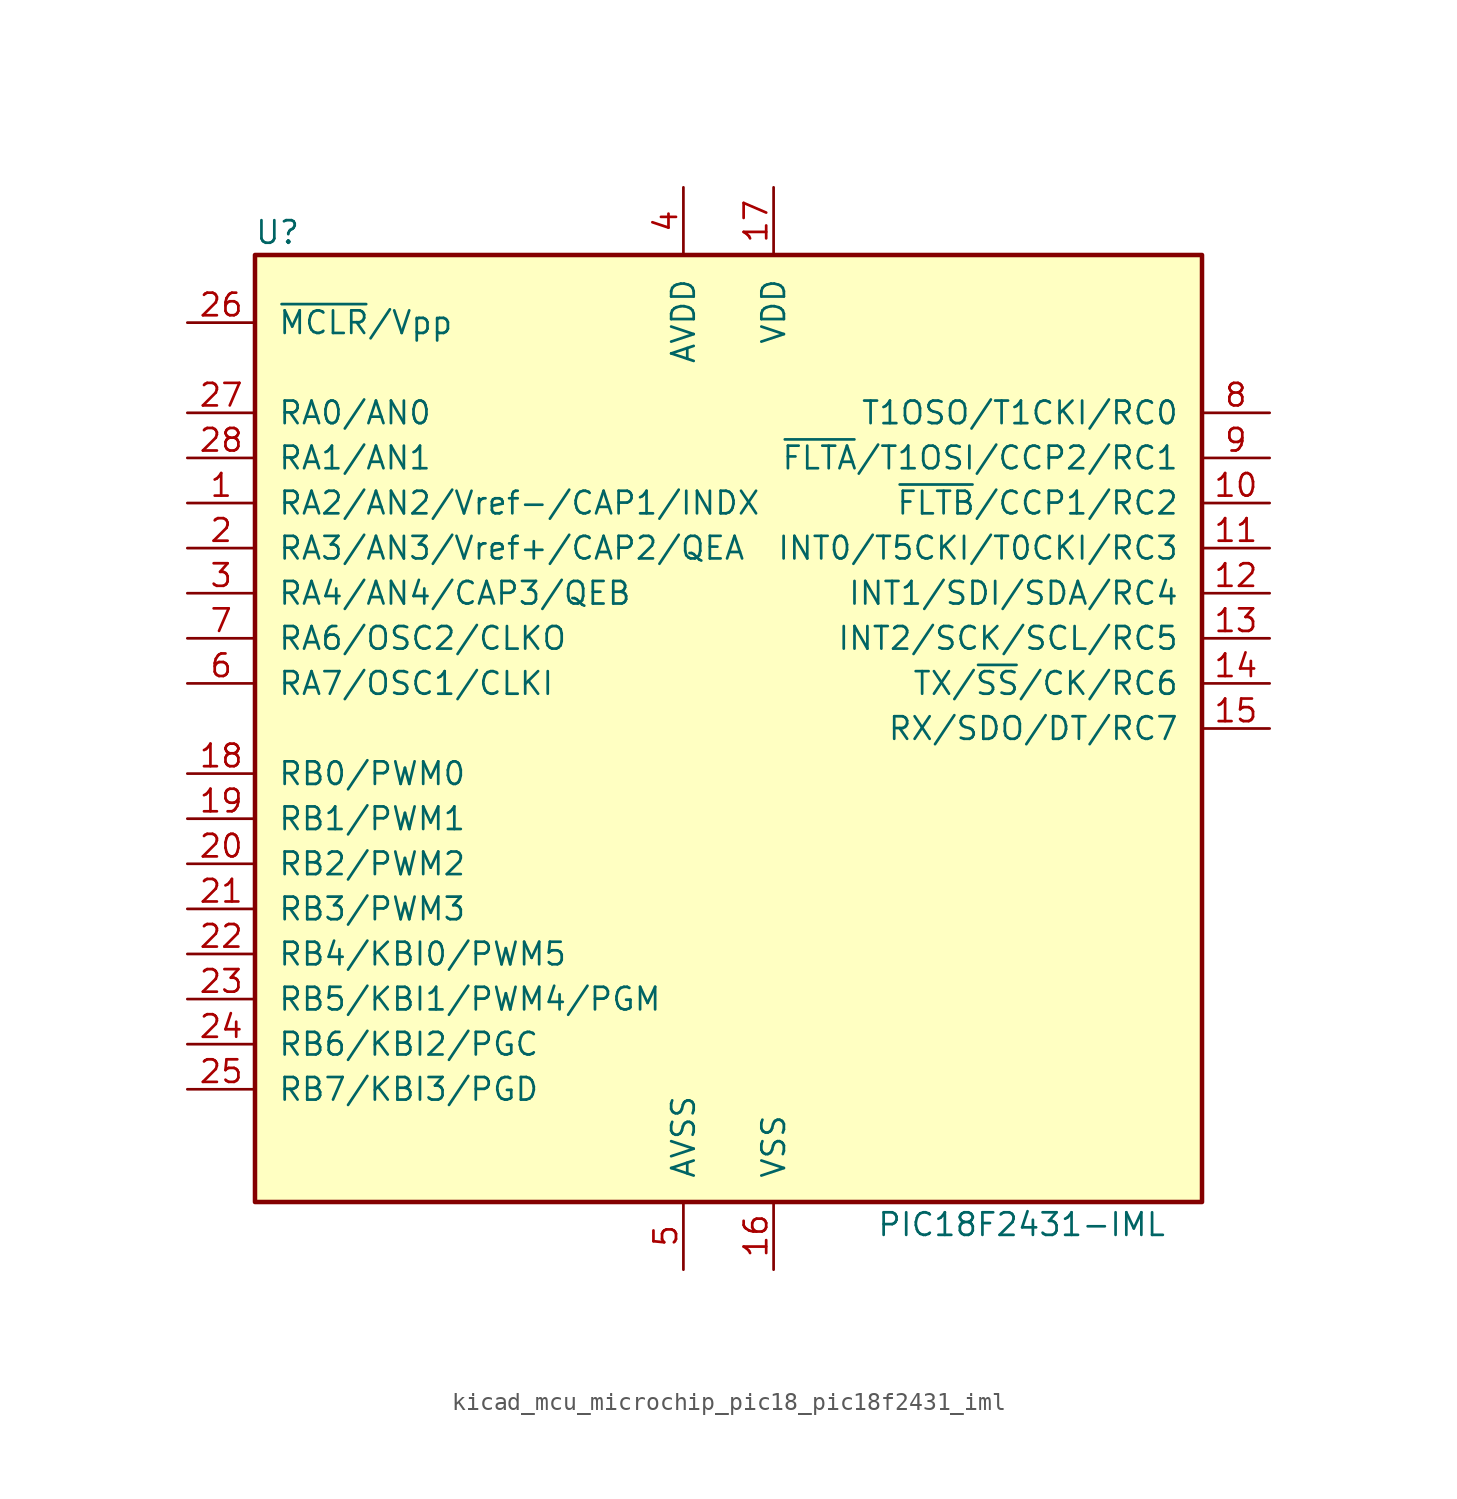
<source format=kicad_sym>
(kicad_symbol_lib
  (version 20220914)
  (generator kicad_symbol_editor)
  (symbol "kicad_mcu_microchip_pic18_pic18f2431_iml"
    (pin_names
      (offset 1.27))
    (property "Reference" "U"
      (at -25.4 27.94 0)
      (effects (font (size 1.27 1.27))))
    (property "Value" "PIC18F2431-IML"
      (at 16.51 -27.94 0)
      (effects (font (size 1.27 1.27))))
    (symbol "kicad_mcu_microchip_pic18_pic18f2431_iml_0_1"
      (rectangle (start -26.67 26.67) (end 26.67 -26.67) (stroke (width 0.254) (type default)) (fill (type background))))
    (symbol "kicad_mcu_microchip_pic18_pic18f2431_iml_1_1"
      (pin bidirectional line (at -30.48 12.7 0) (length 3.81) (name "RA2/AN2/Vref-/CAP1/INDX" (effects (font (size 1.27 1.27)))) (number "1" (effects (font (size 1.27 1.27)))))
      (pin bidirectional line (at 30.48 12.7 180) (length 3.81) (name "~{FLTB}/CCP1/RC2" (effects (font (size 1.27 1.27)))) (number "10" (effects (font (size 1.27 1.27)))))
      (pin bidirectional line (at 30.48 10.16 180) (length 3.81) (name "INT0/T5CKI/T0CKI/RC3" (effects (font (size 1.27 1.27)))) (number "11" (effects (font (size 1.27 1.27)))))
      (pin bidirectional line (at 30.48 7.62 180) (length 3.81) (name "INT1/SDI/SDA/RC4" (effects (font (size 1.27 1.27)))) (number "12" (effects (font (size 1.27 1.27)))))
      (pin bidirectional line (at 30.48 5.08 180) (length 3.81) (name "INT2/SCK/SCL/RC5" (effects (font (size 1.27 1.27)))) (number "13" (effects (font (size 1.27 1.27)))))
      (pin bidirectional line (at 30.48 2.54 180) (length 3.81) (name "TX/~{SS}/CK/RC6" (effects (font (size 1.27 1.27)))) (number "14" (effects (font (size 1.27 1.27)))))
      (pin bidirectional line (at 30.48 0 180) (length 3.81) (name "RX/SDO/DT/RC7" (effects (font (size 1.27 1.27)))) (number "15" (effects (font (size 1.27 1.27)))))
      (pin power_in line (at 2.54 -30.48 90) (length 3.81) (name "VSS" (effects (font (size 1.27 1.27)))) (number "16" (effects (font (size 1.27 1.27)))))
      (pin power_in line (at 2.54 30.48 270) (length 3.81) (name "VDD" (effects (font (size 1.27 1.27)))) (number "17" (effects (font (size 1.27 1.27)))))
      (pin bidirectional line (at -30.48 -2.54 0) (length 3.81) (name "RB0/PWM0" (effects (font (size 1.27 1.27)))) (number "18" (effects (font (size 1.27 1.27)))))
      (pin bidirectional line (at -30.48 -5.08 0) (length 3.81) (name "RB1/PWM1" (effects (font (size 1.27 1.27)))) (number "19" (effects (font (size 1.27 1.27)))))
      (pin bidirectional line (at -30.48 10.16 0) (length 3.81) (name "RA3/AN3/Vref+/CAP2/QEA" (effects (font (size 1.27 1.27)))) (number "2" (effects (font (size 1.27 1.27)))))
      (pin bidirectional line (at -30.48 -7.62 0) (length 3.81) (name "RB2/PWM2" (effects (font (size 1.27 1.27)))) (number "20" (effects (font (size 1.27 1.27)))))
      (pin bidirectional line (at -30.48 -10.16 0) (length 3.81) (name "RB3/PWM3" (effects (font (size 1.27 1.27)))) (number "21" (effects (font (size 1.27 1.27)))))
      (pin bidirectional line (at -30.48 -12.7 0) (length 3.81) (name "RB4/KBI0/PWM5" (effects (font (size 1.27 1.27)))) (number "22" (effects (font (size 1.27 1.27)))))
      (pin bidirectional line (at -30.48 -15.24 0) (length 3.81) (name "RB5/KBI1/PWM4/PGM" (effects (font (size 1.27 1.27)))) (number "23" (effects (font (size 1.27 1.27)))))
      (pin bidirectional line (at -30.48 -17.78 0) (length 3.81) (name "RB6/KBI2/PGC" (effects (font (size 1.27 1.27)))) (number "24" (effects (font (size 1.27 1.27)))))
      (pin bidirectional line (at -30.48 -20.32 0) (length 3.81) (name "RB7/KBI3/PGD" (effects (font (size 1.27 1.27)))) (number "25" (effects (font (size 1.27 1.27)))))
      (pin input line (at -30.48 22.86 0) (length 3.81) (name "~{MCLR}/Vpp" (effects (font (size 1.27 1.27)))) (number "26" (effects (font (size 1.27 1.27)))))
      (pin bidirectional line (at -30.48 17.78 0) (length 3.81) (name "RA0/AN0" (effects (font (size 1.27 1.27)))) (number "27" (effects (font (size 1.27 1.27)))))
      (pin bidirectional line (at -30.48 15.24 0) (length 3.81) (name "RA1/AN1" (effects (font (size 1.27 1.27)))) (number "28" (effects (font (size 1.27 1.27)))))
      (pin bidirectional line (at -30.48 7.62 0) (length 3.81) (name "RA4/AN4/CAP3/QEB" (effects (font (size 1.27 1.27)))) (number "3" (effects (font (size 1.27 1.27)))))
      (pin power_in line (at -2.54 30.48 270) (length 3.81) (name "AVDD" (effects (font (size 1.27 1.27)))) (number "4" (effects (font (size 1.27 1.27)))))
      (pin power_in line (at -2.54 -30.48 90) (length 3.81) (name "AVSS" (effects (font (size 1.27 1.27)))) (number "5" (effects (font (size 1.27 1.27)))))
      (pin bidirectional line (at -30.48 2.54 0) (length 3.81) (name "RA7/OSC1/CLKI" (effects (font (size 1.27 1.27)))) (number "6" (effects (font (size 1.27 1.27)))))
      (pin bidirectional line (at -30.48 5.08 0) (length 3.81) (name "RA6/OSC2/CLKO" (effects (font (size 1.27 1.27)))) (number "7" (effects (font (size 1.27 1.27)))))
      (pin bidirectional line (at 30.48 17.78 180) (length 3.81) (name "T1OSO/T1CKI/RC0" (effects (font (size 1.27 1.27)))) (number "8" (effects (font (size 1.27 1.27)))))
      (pin bidirectional line (at 30.48 15.24 180) (length 3.81) (name "~{FLTA}/T1OSI/CCP2/RC1" (effects (font (size 1.27 1.27)))) (number "9" (effects (font (size 1.27 1.27))))))))
</source>
